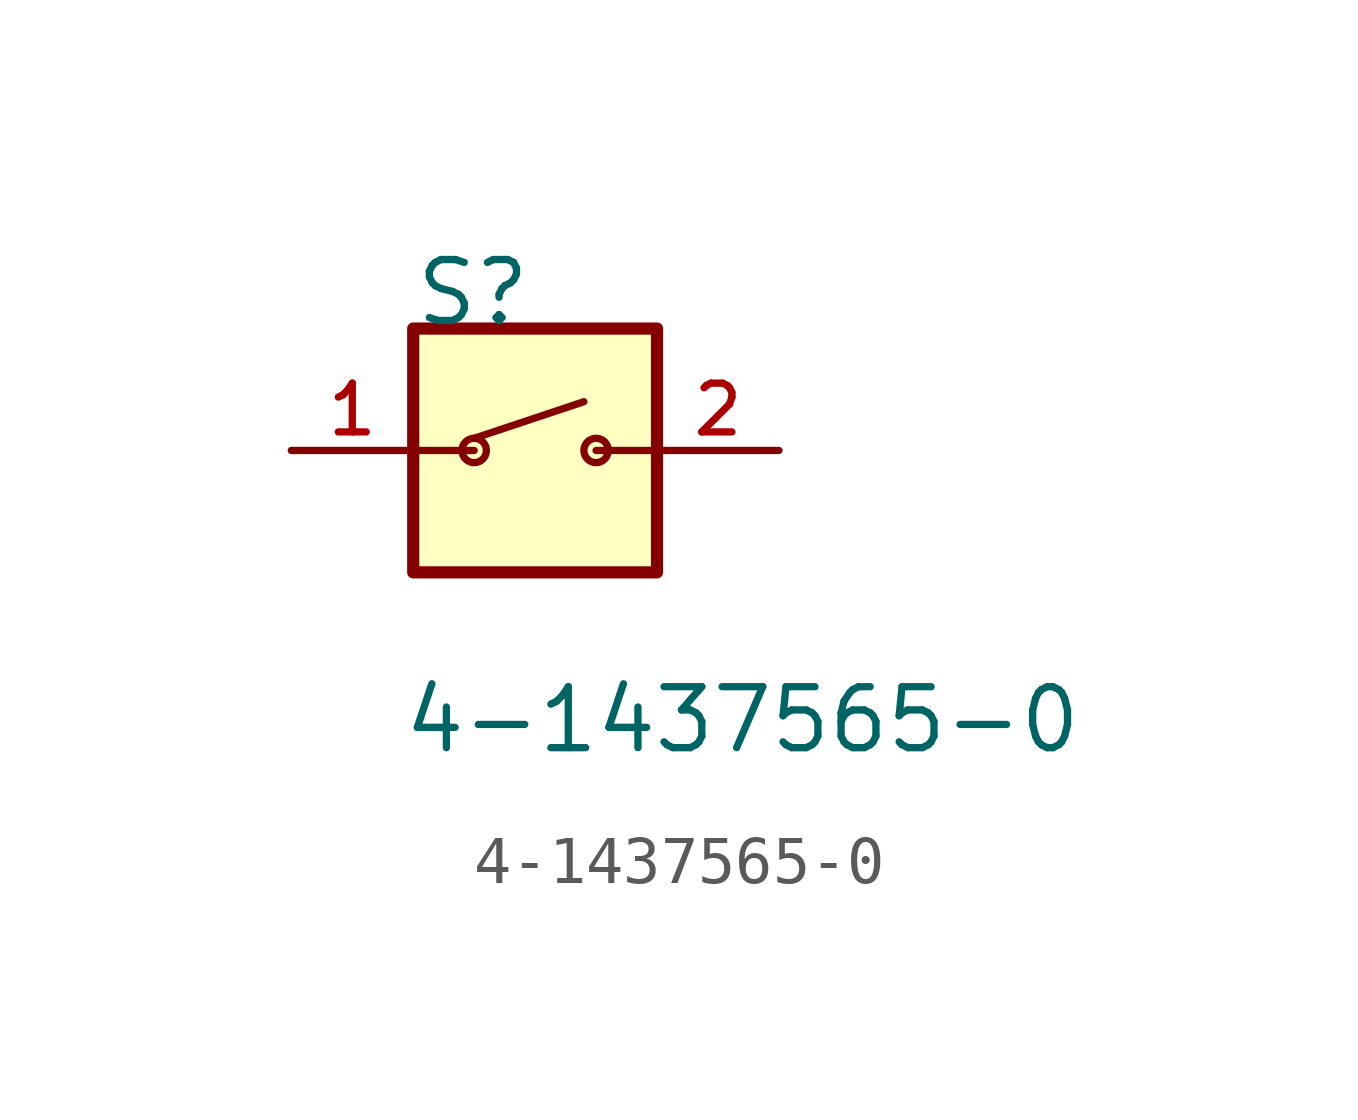
<source format=kicad_sym>
(kicad_symbol_lib
  (version 20211014)
  (generator kicad_symbol_editor)
  (symbol "4-1437565-0"
    (pin_names
      (offset 1.016))
    (property "Reference" "S"
      (at -2.545 2.545 0)
      (effects (font (size 1.27 1.27)) (justify bottom left)))
    (property "Value" "4-1437565-0"
      (at -2.796 -6.356 0)
      (effects (font (size 1.27 1.27)) (justify bottom left)))
    (symbol "4-1437565-0_0_0"
      (polyline (pts (xy -1.27 0.0) (xy -2.54 0.0)) (stroke (width 0.152)))
      (polyline (pts (xy 1.27 0.0) (xy 2.54 0.0)) (stroke (width 0.152)))
      (circle (center -1.27 0.0) (radius 0.254) (stroke (width 0.152)) (fill (type none)))
      (circle (center 1.27 0.0) (radius 0.254) (stroke (width 0.152)) (fill (type none)))
      (polyline (pts (xy -1.27 0.254) (xy 1.016 1.016)) (stroke (width 0.152)))
      (rectangle (start -2.54 -2.54) (end 2.54 2.54) (stroke (width 0.254)) (fill (type background)))
      (pin passive line (at -5.08 0.0 0) (length 2.54) (name "~" (effects (font (size 1.016 1.016)))) (number "1" (effects (font (size 1.016 1.016)))))
      (pin passive line (at 5.08 0.0 180.0) (length 2.54) (name "~" (effects (font (size 1.016 1.016)))) (number "2" (effects (font (size 1.016 1.016))))))))
</source>
